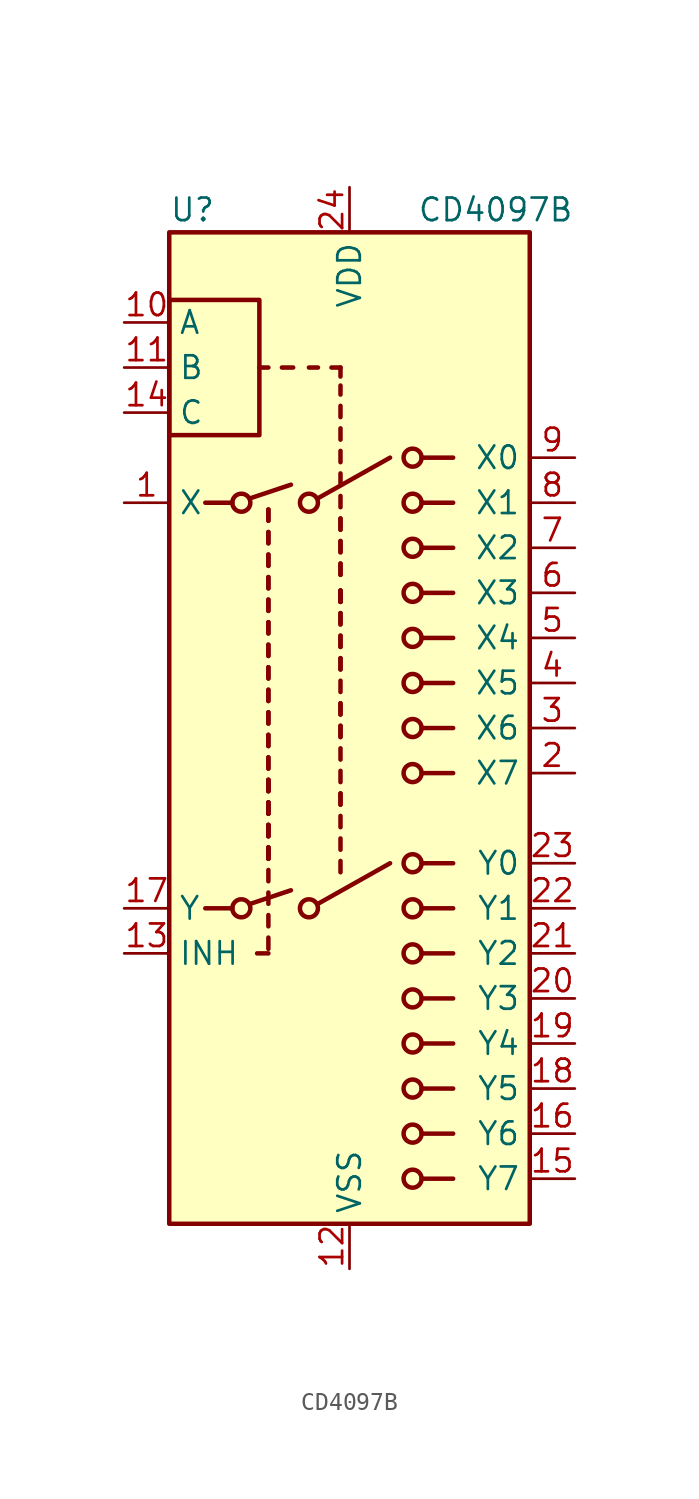
<source format=kicad_sym>
(kicad_symbol_lib
  (version 20211014)
  (generator kicad_symbol_editor)
  (symbol "CD4097B"
    (property "Reference" "U"
      (at -10.16 29.21 0)
      (effects (font (size 1.27 1.27)) (justify left)))
    (property "Value" "CD4097B"
      (at 3.81 29.21 0)
      (effects (font (size 1.27 1.27)) (justify left)))
    (symbol "CD4097B_0_1"
      (rectangle (start -10.16 24.13) (end -5.08 16.51) (stroke (width 0.254) (type default) (color 0 0 0 0)) (fill (type none)))
      (rectangle (start -10.16 27.94) (end 10.16 -27.94) (stroke (width 0.254) (type default) (color 0 0 0 0)) (fill (type background)))
      (circle (center -6.096 -10.16) (radius 0.508) (stroke (width 0.254) (type default) (color 0 0 0 0)) (fill (type none)))
      (circle (center -6.096 12.7) (radius 0.508) (stroke (width 0.254) (type default) (color 0 0 0 0)) (fill (type none)))
      (circle (center -2.286 -10.16) (radius 0.508) (stroke (width 0.254) (type default) (color 0 0 0 0)) (fill (type none)))
      (circle (center -2.286 12.7) (radius 0.508) (stroke (width 0.254) (type default) (color 0 0 0 0)) (fill (type none)))
      (polyline (pts (xy -8.128 -10.16) (xy -6.604 -10.16)) (stroke (width 0.254) (type default) (color 0 0 0 0)) (fill (type none)))
      (polyline (pts (xy -8.128 12.7) (xy -6.604 12.7)) (stroke (width 0.254) (type default) (color 0 0 0 0)) (fill (type none)))
      (polyline (pts (xy -5.588 -9.906) (xy -3.302 -9.144)) (stroke (width 0.254) (type default) (color 0 0 0 0)) (fill (type none)))
      (polyline (pts (xy -5.588 12.954) (xy -3.302 13.716)) (stroke (width 0.254) (type default) (color 0 0 0 0)) (fill (type none)))
      (polyline (pts (xy -4.572 -12.7) (xy -5.207 -12.7)) (stroke (width 0.254) (type default) (color 0 0 0 0)) (fill (type none)))
      (polyline (pts (xy -4.572 -12.446) (xy -4.572 -11.811)) (stroke (width 0.254) (type default) (color 0 0 0 0)) (fill (type none)))
      (polyline (pts (xy -4.572 -11.176) (xy -4.572 -10.541)) (stroke (width 0.254) (type default) (color 0 0 0 0)) (fill (type none)))
      (polyline (pts (xy -4.572 -7.366) (xy -4.572 -6.731)) (stroke (width 0.254) (type default) (color 0 0 0 0)) (fill (type none)))
      (polyline (pts (xy -4.572 -7.366) (xy -4.572 -6.731)) (stroke (width 0.254) (type default) (color 0 0 0 0)) (fill (type none)))
      (polyline (pts (xy -4.572 -7.366) (xy -4.572 -6.731)) (stroke (width 0.254) (type default) (color 0 0 0 0)) (fill (type none)))
      (polyline (pts (xy -4.572 -7.366) (xy -4.572 -6.731)) (stroke (width 0.254) (type default) (color 0 0 0 0)) (fill (type none)))
      (polyline (pts (xy -4.572 -6.096) (xy -4.572 -5.461)) (stroke (width 0.254) (type default) (color 0 0 0 0)) (fill (type none)))
      (polyline (pts (xy -4.572 -6.096) (xy -4.572 -5.461)) (stroke (width 0.254) (type default) (color 0 0 0 0)) (fill (type none)))
      (polyline (pts (xy -4.572 -6.096) (xy -4.572 -5.461)) (stroke (width 0.254) (type default) (color 0 0 0 0)) (fill (type none)))
      (polyline (pts (xy -4.572 -6.096) (xy -4.572 -5.461)) (stroke (width 0.254) (type default) (color 0 0 0 0)) (fill (type none)))
      (polyline (pts (xy -4.572 -4.826) (xy -4.572 -4.191)) (stroke (width 0.254) (type default) (color 0 0 0 0)) (fill (type none)))
      (polyline (pts (xy -4.572 -4.826) (xy -4.572 -4.191)) (stroke (width 0.254) (type default) (color 0 0 0 0)) (fill (type none)))
      (polyline (pts (xy -4.572 -4.826) (xy -4.572 -4.191)) (stroke (width 0.254) (type default) (color 0 0 0 0)) (fill (type none)))
      (polyline (pts (xy -4.572 -4.826) (xy -4.572 -4.191)) (stroke (width 0.254) (type default) (color 0 0 0 0)) (fill (type none)))
      (polyline (pts (xy -4.572 -3.556) (xy -4.572 -2.921)) (stroke (width 0.254) (type default) (color 0 0 0 0)) (fill (type none)))
      (polyline (pts (xy -4.572 -3.556) (xy -4.572 -2.921)) (stroke (width 0.254) (type default) (color 0 0 0 0)) (fill (type none)))
      (polyline (pts (xy -4.572 -3.556) (xy -4.572 -2.921)) (stroke (width 0.254) (type default) (color 0 0 0 0)) (fill (type none)))
      (polyline (pts (xy -4.572 -3.556) (xy -4.572 -2.921)) (stroke (width 0.254) (type default) (color 0 0 0 0)) (fill (type none)))
      (polyline (pts (xy -4.572 -2.286) (xy -4.572 -1.651)) (stroke (width 0.254) (type default) (color 0 0 0 0)) (fill (type none)))
      (polyline (pts (xy -4.572 -2.286) (xy -4.572 -1.651)) (stroke (width 0.254) (type default) (color 0 0 0 0)) (fill (type none)))
      (polyline (pts (xy -4.572 -1.016) (xy -4.572 -0.381)) (stroke (width 0.254) (type default) (color 0 0 0 0)) (fill (type none)))
      (polyline (pts (xy -4.572 -1.016) (xy -4.572 -0.381)) (stroke (width 0.254) (type default) (color 0 0 0 0)) (fill (type none)))
      (polyline (pts (xy -4.572 0.254) (xy -4.572 0.889)) (stroke (width 0.254) (type default) (color 0 0 0 0)) (fill (type none)))
      (polyline (pts (xy -4.572 0.254) (xy -4.572 0.889)) (stroke (width 0.254) (type default) (color 0 0 0 0)) (fill (type none)))
      (polyline (pts (xy -4.572 1.524) (xy -4.572 2.159)) (stroke (width 0.254) (type default) (color 0 0 0 0)) (fill (type none)))
      (polyline (pts (xy -4.572 1.524) (xy -4.572 2.159)) (stroke (width 0.254) (type default) (color 0 0 0 0)) (fill (type none)))
      (polyline (pts (xy -4.572 2.794) (xy -4.572 3.429)) (stroke (width 0.254) (type default) (color 0 0 0 0)) (fill (type none)))
      (polyline (pts (xy -4.572 2.794) (xy -4.572 3.429)) (stroke (width 0.254) (type default) (color 0 0 0 0)) (fill (type none)))
      (polyline (pts (xy -4.572 4.064) (xy -4.572 4.699)) (stroke (width 0.254) (type default) (color 0 0 0 0)) (fill (type none)))
      (polyline (pts (xy -4.572 4.064) (xy -4.572 4.699)) (stroke (width 0.254) (type default) (color 0 0 0 0)) (fill (type none)))
      (polyline (pts (xy -4.572 5.334) (xy -4.572 5.969)) (stroke (width 0.254) (type default) (color 0 0 0 0)) (fill (type none)))
      (polyline (pts (xy -4.572 5.334) (xy -4.572 5.969)) (stroke (width 0.254) (type default) (color 0 0 0 0)) (fill (type none)))
      (polyline (pts (xy -4.572 6.604) (xy -4.572 7.239)) (stroke (width 0.254) (type default) (color 0 0 0 0)) (fill (type none)))
      (polyline (pts (xy -4.572 6.604) (xy -4.572 7.239)) (stroke (width 0.254) (type default) (color 0 0 0 0)) (fill (type none)))
      (polyline (pts (xy -4.572 7.874) (xy -4.572 8.509)) (stroke (width 0.254) (type default) (color 0 0 0 0)) (fill (type none)))
      (polyline (pts (xy -4.572 7.874) (xy -4.572 8.509)) (stroke (width 0.254) (type default) (color 0 0 0 0)) (fill (type none)))
      (polyline (pts (xy -4.572 9.144) (xy -4.572 9.779)) (stroke (width 0.254) (type default) (color 0 0 0 0)) (fill (type none)))
      (polyline (pts (xy -4.572 9.144) (xy -4.572 9.779)) (stroke (width 0.254) (type default) (color 0 0 0 0)) (fill (type none)))
      (polyline (pts (xy -4.572 10.414) (xy -4.572 11.049)) (stroke (width 0.254) (type default) (color 0 0 0 0)) (fill (type none)))
      (polyline (pts (xy -4.572 10.414) (xy -4.572 11.049)) (stroke (width 0.254) (type default) (color 0 0 0 0)) (fill (type none)))
      (polyline (pts (xy -4.572 11.684) (xy -4.572 12.319)) (stroke (width 0.254) (type default) (color 0 0 0 0)) (fill (type none)))
      (polyline (pts (xy -4.572 11.684) (xy -4.572 12.319)) (stroke (width 0.254) (type default) (color 0 0 0 0)) (fill (type none)))
      (polyline (pts (xy -4.572 20.32) (xy -5.08 20.32)) (stroke (width 0.254) (type default) (color 0 0 0 0)) (fill (type none)))
      (polyline (pts (xy -3.81 20.32) (xy -3.175 20.32)) (stroke (width 0.254) (type default) (color 0 0 0 0)) (fill (type none)))
      (polyline (pts (xy -1.778 -9.906) (xy 2.286 -7.62)) (stroke (width 0.254) (type default) (color 0 0 0 0)) (fill (type none)))
      (polyline (pts (xy -1.778 12.954) (xy 2.286 15.24)) (stroke (width 0.254) (type default) (color 0 0 0 0)) (fill (type none)))
      (polyline (pts (xy -1.778 20.32) (xy -2.286 20.32)) (stroke (width 0.254) (type default) (color 0 0 0 0)) (fill (type none)))
      (polyline (pts (xy -0.508 -4.318) (xy -0.508 -3.683)) (stroke (width 0.254) (type default) (color 0 0 0 0)) (fill (type none)))
      (polyline (pts (xy -0.508 -4.318) (xy -0.508 -3.683)) (stroke (width 0.254) (type default) (color 0 0 0 0)) (fill (type none)))
      (polyline (pts (xy -0.508 -3.048) (xy -0.508 -2.413)) (stroke (width 0.254) (type default) (color 0 0 0 0)) (fill (type none)))
      (polyline (pts (xy -0.508 -1.778) (xy -0.508 -1.143)) (stroke (width 0.254) (type default) (color 0 0 0 0)) (fill (type none)))
      (polyline (pts (xy -0.508 -0.508) (xy -0.508 0.127)) (stroke (width 0.254) (type default) (color 0 0 0 0)) (fill (type none)))
      (polyline (pts (xy -0.508 -0.508) (xy -0.508 0.127)) (stroke (width 0.254) (type default) (color 0 0 0 0)) (fill (type none)))
      (polyline (pts (xy -0.508 0.762) (xy -0.508 1.397)) (stroke (width 0.254) (type default) (color 0 0 0 0)) (fill (type none)))
      (polyline (pts (xy -0.508 0.762) (xy -0.508 1.397)) (stroke (width 0.254) (type default) (color 0 0 0 0)) (fill (type none)))
      (polyline (pts (xy -0.508 2.032) (xy -0.508 2.667)) (stroke (width 0.254) (type default) (color 0 0 0 0)) (fill (type none)))
      (polyline (pts (xy -0.508 3.302) (xy -0.508 3.937)) (stroke (width 0.254) (type default) (color 0 0 0 0)) (fill (type none)))
      (polyline (pts (xy -0.508 3.302) (xy -0.508 3.937)) (stroke (width 0.254) (type default) (color 0 0 0 0)) (fill (type none)))
      (polyline (pts (xy -0.508 4.572) (xy -0.508 5.207)) (stroke (width 0.254) (type default) (color 0 0 0 0)) (fill (type none)))
      (polyline (pts (xy -0.508 4.572) (xy -0.508 5.207)) (stroke (width 0.254) (type default) (color 0 0 0 0)) (fill (type none)))
      (polyline (pts (xy -0.508 5.842) (xy -0.508 6.477)) (stroke (width 0.254) (type default) (color 0 0 0 0)) (fill (type none)))
      (polyline (pts (xy -0.508 5.842) (xy -0.508 6.477)) (stroke (width 0.254) (type default) (color 0 0 0 0)) (fill (type none)))
      (polyline (pts (xy -0.508 7.112) (xy -0.508 7.747)) (stroke (width 0.254) (type default) (color 0 0 0 0)) (fill (type none)))
      (polyline (pts (xy -0.508 7.112) (xy -0.508 7.747)) (stroke (width 0.254) (type default) (color 0 0 0 0)) (fill (type none)))
      (polyline (pts (xy -0.508 7.112) (xy -0.508 7.747)) (stroke (width 0.254) (type default) (color 0 0 0 0)) (fill (type none)))
      (polyline (pts (xy -0.508 7.112) (xy -0.508 7.747)) (stroke (width 0.254) (type default) (color 0 0 0 0)) (fill (type none)))
      (polyline (pts (xy -0.508 8.636) (xy -0.508 9.271)) (stroke (width 0.254) (type default) (color 0 0 0 0)) (fill (type none)))
      (polyline (pts (xy -0.508 8.636) (xy -0.508 9.271)) (stroke (width 0.254) (type default) (color 0 0 0 0)) (fill (type none)))
      (polyline (pts (xy -0.508 9.906) (xy -0.508 10.541)) (stroke (width 0.254) (type default) (color 0 0 0 0)) (fill (type none)))
      (polyline (pts (xy -0.508 9.906) (xy -0.508 10.541)) (stroke (width 0.254) (type default) (color 0 0 0 0)) (fill (type none)))
      (polyline (pts (xy -0.508 11.176) (xy -0.508 11.811)) (stroke (width 0.254) (type default) (color 0 0 0 0)) (fill (type none)))
      (polyline (pts (xy -0.508 11.176) (xy -0.508 11.811)) (stroke (width 0.254) (type default) (color 0 0 0 0)) (fill (type none)))
      (polyline (pts (xy -0.508 12.446) (xy -0.508 13.081)) (stroke (width 0.254) (type default) (color 0 0 0 0)) (fill (type none)))
      (polyline (pts (xy -0.508 13.716) (xy -0.508 14.351)) (stroke (width 0.254) (type default) (color 0 0 0 0)) (fill (type none)))
      (polyline (pts (xy -0.508 18.796) (xy -0.508 19.304)) (stroke (width 0.254) (type default) (color 0 0 0 0)) (fill (type none)))
      (polyline (pts (xy -0.508 19.812) (xy -0.508 20.32)) (stroke (width 0.254) (type default) (color 0 0 0 0)) (fill (type none)))
      (polyline (pts (xy -0.508 20.32) (xy -1.016 20.32)) (stroke (width 0.254) (type default) (color 0 0 0 0)) (fill (type none)))
      (polyline (pts (xy 4.064 -25.4) (xy 5.842 -25.4)) (stroke (width 0.254) (type default) (color 0 0 0 0)) (fill (type none)))
      (polyline (pts (xy 4.064 -15.24) (xy 5.842 -15.24)) (stroke (width 0.254) (type default) (color 0 0 0 0)) (fill (type none)))
      (polyline (pts (xy 4.064 -12.7) (xy 5.842 -12.7)) (stroke (width 0.254) (type default) (color 0 0 0 0)) (fill (type none)))
      (polyline (pts (xy 4.064 -10.16) (xy 5.842 -10.16)) (stroke (width 0.254) (type default) (color 0 0 0 0)) (fill (type none)))
      (polyline (pts (xy 4.064 -7.62) (xy 5.842 -7.62)) (stroke (width 0.254) (type default) (color 0 0 0 0)) (fill (type none)))
      (polyline (pts (xy 4.064 7.62) (xy 5.842 7.62)) (stroke (width 0.254) (type default) (color 0 0 0 0)) (fill (type none)))
      (polyline (pts (xy 4.064 10.16) (xy 5.842 10.16)) (stroke (width 0.254) (type default) (color 0 0 0 0)) (fill (type none)))
      (polyline (pts (xy 4.064 12.7) (xy 5.842 12.7)) (stroke (width 0.254) (type default) (color 0 0 0 0)) (fill (type none)))
      (polyline (pts (xy 4.064 15.24) (xy 5.842 15.24)) (stroke (width 0.254) (type default) (color 0 0 0 0)) (fill (type none)))
      (circle (center 3.556 -25.4) (radius 0.508) (stroke (width 0.254) (type default) (color 0 0 0 0)) (fill (type none)))
      (circle (center 3.556 -15.24) (radius 0.508) (stroke (width 0.254) (type default) (color 0 0 0 0)) (fill (type none)))
      (circle (center 3.556 -12.7) (radius 0.508) (stroke (width 0.254) (type default) (color 0 0 0 0)) (fill (type none)))
      (circle (center 3.556 -10.16) (radius 0.508) (stroke (width 0.254) (type default) (color 0 0 0 0)) (fill (type none)))
      (circle (center 3.556 -7.62) (radius 0.508) (stroke (width 0.254) (type default) (color 0 0 0 0)) (fill (type none)))
      (circle (center 3.556 7.62) (radius 0.508) (stroke (width 0.254) (type default) (color 0 0 0 0)) (fill (type none)))
      (circle (center 3.556 10.16) (radius 0.508) (stroke (width 0.254) (type default) (color 0 0 0 0)) (fill (type none)))
      (circle (center 3.556 12.7) (radius 0.508) (stroke (width 0.254) (type default) (color 0 0 0 0)) (fill (type none)))
      (circle (center 3.556 15.24) (radius 0.508) (stroke (width 0.254) (type default) (color 0 0 0 0)) (fill (type none))))
    (symbol "CD4097B_1_1"
      (polyline (pts (xy -4.572 -9.906) (xy -4.572 -9.271)) (stroke (width 0.254) (type default) (color 0 0 0 0)) (fill (type none)))
      (polyline (pts (xy -4.572 -8.636) (xy -4.572 -8.001)) (stroke (width 0.254) (type default) (color 0 0 0 0)) (fill (type none)))
      (polyline (pts (xy -0.508 -8.128) (xy -0.508 -7.493)) (stroke (width 0.254) (type default) (color 0 0 0 0)) (fill (type none)))
      (polyline (pts (xy -0.508 -6.858) (xy -0.508 -6.223)) (stroke (width 0.254) (type default) (color 0 0 0 0)) (fill (type none)))
      (polyline (pts (xy -0.508 -5.588) (xy -0.508 -4.953)) (stroke (width 0.254) (type default) (color 0 0 0 0)) (fill (type none)))
      (polyline (pts (xy -0.508 14.986) (xy -0.508 15.621)) (stroke (width 0.254) (type default) (color 0 0 0 0)) (fill (type none)))
      (polyline (pts (xy -0.508 16.256) (xy -0.508 16.891)) (stroke (width 0.254) (type default) (color 0 0 0 0)) (fill (type none)))
      (polyline (pts (xy -0.508 17.526) (xy -0.508 18.161)) (stroke (width 0.254) (type default) (color 0 0 0 0)) (fill (type none)))
      (polyline (pts (xy 4.064 -22.86) (xy 5.842 -22.86)) (stroke (width 0.254) (type default) (color 0 0 0 0)) (fill (type none)))
      (polyline (pts (xy 4.064 -20.32) (xy 5.842 -20.32)) (stroke (width 0.254) (type default) (color 0 0 0 0)) (fill (type none)))
      (polyline (pts (xy 4.064 -17.78) (xy 5.842 -17.78)) (stroke (width 0.254) (type default) (color 0 0 0 0)) (fill (type none)))
      (polyline (pts (xy 4.064 -2.54) (xy 5.842 -2.54)) (stroke (width 0.254) (type default) (color 0 0 0 0)) (fill (type none)))
      (polyline (pts (xy 4.064 0) (xy 5.842 0)) (stroke (width 0.254) (type default) (color 0 0 0 0)) (fill (type none)))
      (polyline (pts (xy 4.064 2.54) (xy 5.842 2.54)) (stroke (width 0.254) (type default) (color 0 0 0 0)) (fill (type none)))
      (polyline (pts (xy 4.064 5.08) (xy 5.842 5.08)) (stroke (width 0.254) (type default) (color 0 0 0 0)) (fill (type none)))
      (circle (center 3.556 -22.86) (radius 0.508) (stroke (width 0.254) (type default) (color 0 0 0 0)) (fill (type none)))
      (circle (center 3.556 -20.32) (radius 0.508) (stroke (width 0.254) (type default) (color 0 0 0 0)) (fill (type none)))
      (circle (center 3.556 -17.78) (radius 0.508) (stroke (width 0.254) (type default) (color 0 0 0 0)) (fill (type none)))
      (circle (center 3.556 -2.54) (radius 0.508) (stroke (width 0.254) (type default) (color 0 0 0 0)) (fill (type none)))
      (circle (center 3.556 0) (radius 0.508) (stroke (width 0.254) (type default) (color 0 0 0 0)) (fill (type none)))
      (circle (center 3.556 2.54) (radius 0.508) (stroke (width 0.254) (type default) (color 0 0 0 0)) (fill (type none)))
      (circle (center 3.556 5.08) (radius 0.508) (stroke (width 0.254) (type default) (color 0 0 0 0)) (fill (type none)))
      (pin bidirectional line (at -12.7 12.7 0) (length 2.54) (name "X" (effects (font (size 1.27 1.27)))) (number "1" (effects (font (size 1.27 1.27)))))
      (pin input line (at -12.7 22.86 0) (length 2.54) (name "A" (effects (font (size 1.27 1.27)))) (number "10" (effects (font (size 1.27 1.27)))))
      (pin input line (at -12.7 20.32 0) (length 2.54) (name "B" (effects (font (size 1.27 1.27)))) (number "11" (effects (font (size 1.27 1.27)))))
      (pin power_in line (at 0 -30.48 90) (length 2.54) (name "VSS" (effects (font (size 1.27 1.27)))) (number "12" (effects (font (size 1.27 1.27)))))
      (pin input line (at -12.7 -12.7 0) (length 2.54) (name "INH" (effects (font (size 1.27 1.27)))) (number "13" (effects (font (size 1.27 1.27)))))
      (pin input line (at -12.7 17.78 0) (length 2.54) (name "C" (effects (font (size 1.27 1.27)))) (number "14" (effects (font (size 1.27 1.27)))))
      (pin bidirectional line (at 12.7 -25.4 180) (length 2.54) (name "Y7" (effects (font (size 1.27 1.27)))) (number "15" (effects (font (size 1.27 1.27)))))
      (pin bidirectional line (at 12.7 -22.86 180) (length 2.54) (name "Y6" (effects (font (size 1.27 1.27)))) (number "16" (effects (font (size 1.27 1.27)))))
      (pin bidirectional line (at -12.7 -10.16 0) (length 2.54) (name "Y" (effects (font (size 1.27 1.27)))) (number "17" (effects (font (size 1.27 1.27)))))
      (pin bidirectional line (at 12.7 -20.32 180) (length 2.54) (name "Y5" (effects (font (size 1.27 1.27)))) (number "18" (effects (font (size 1.27 1.27)))))
      (pin bidirectional line (at 12.7 -17.78 180) (length 2.54) (name "Y4" (effects (font (size 1.27 1.27)))) (number "19" (effects (font (size 1.27 1.27)))))
      (pin bidirectional line (at 12.7 -2.54 180) (length 2.54) (name "X7" (effects (font (size 1.27 1.27)))) (number "2" (effects (font (size 1.27 1.27)))))
      (pin bidirectional line (at 12.7 -15.24 180) (length 2.54) (name "Y3" (effects (font (size 1.27 1.27)))) (number "20" (effects (font (size 1.27 1.27)))))
      (pin bidirectional line (at 12.7 -12.7 180) (length 2.54) (name "Y2" (effects (font (size 1.27 1.27)))) (number "21" (effects (font (size 1.27 1.27)))))
      (pin bidirectional line (at 12.7 -10.16 180) (length 2.54) (name "Y1" (effects (font (size 1.27 1.27)))) (number "22" (effects (font (size 1.27 1.27)))))
      (pin bidirectional line (at 12.7 -7.62 180) (length 2.54) (name "Y0" (effects (font (size 1.27 1.27)))) (number "23" (effects (font (size 1.27 1.27)))))
      (pin power_in line (at 0 30.48 270) (length 2.54) (name "VDD" (effects (font (size 1.27 1.27)))) (number "24" (effects (font (size 1.27 1.27)))))
      (pin bidirectional line (at 12.7 0 180) (length 2.54) (name "X6" (effects (font (size 1.27 1.27)))) (number "3" (effects (font (size 1.27 1.27)))))
      (pin bidirectional line (at 12.7 2.54 180) (length 2.54) (name "X5" (effects (font (size 1.27 1.27)))) (number "4" (effects (font (size 1.27 1.27)))))
      (pin bidirectional line (at 12.7 5.08 180) (length 2.54) (name "X4" (effects (font (size 1.27 1.27)))) (number "5" (effects (font (size 1.27 1.27)))))
      (pin bidirectional line (at 12.7 7.62 180) (length 2.54) (name "X3" (effects (font (size 1.27 1.27)))) (number "6" (effects (font (size 1.27 1.27)))))
      (pin bidirectional line (at 12.7 10.16 180) (length 2.54) (name "X2" (effects (font (size 1.27 1.27)))) (number "7" (effects (font (size 1.27 1.27)))))
      (pin bidirectional line (at 12.7 12.7 180) (length 2.54) (name "X1" (effects (font (size 1.27 1.27)))) (number "8" (effects (font (size 1.27 1.27)))))
      (pin bidirectional line (at 12.7 15.24 180) (length 2.54) (name "X0" (effects (font (size 1.27 1.27)))) (number "9" (effects (font (size 1.27 1.27))))))))
</source>
